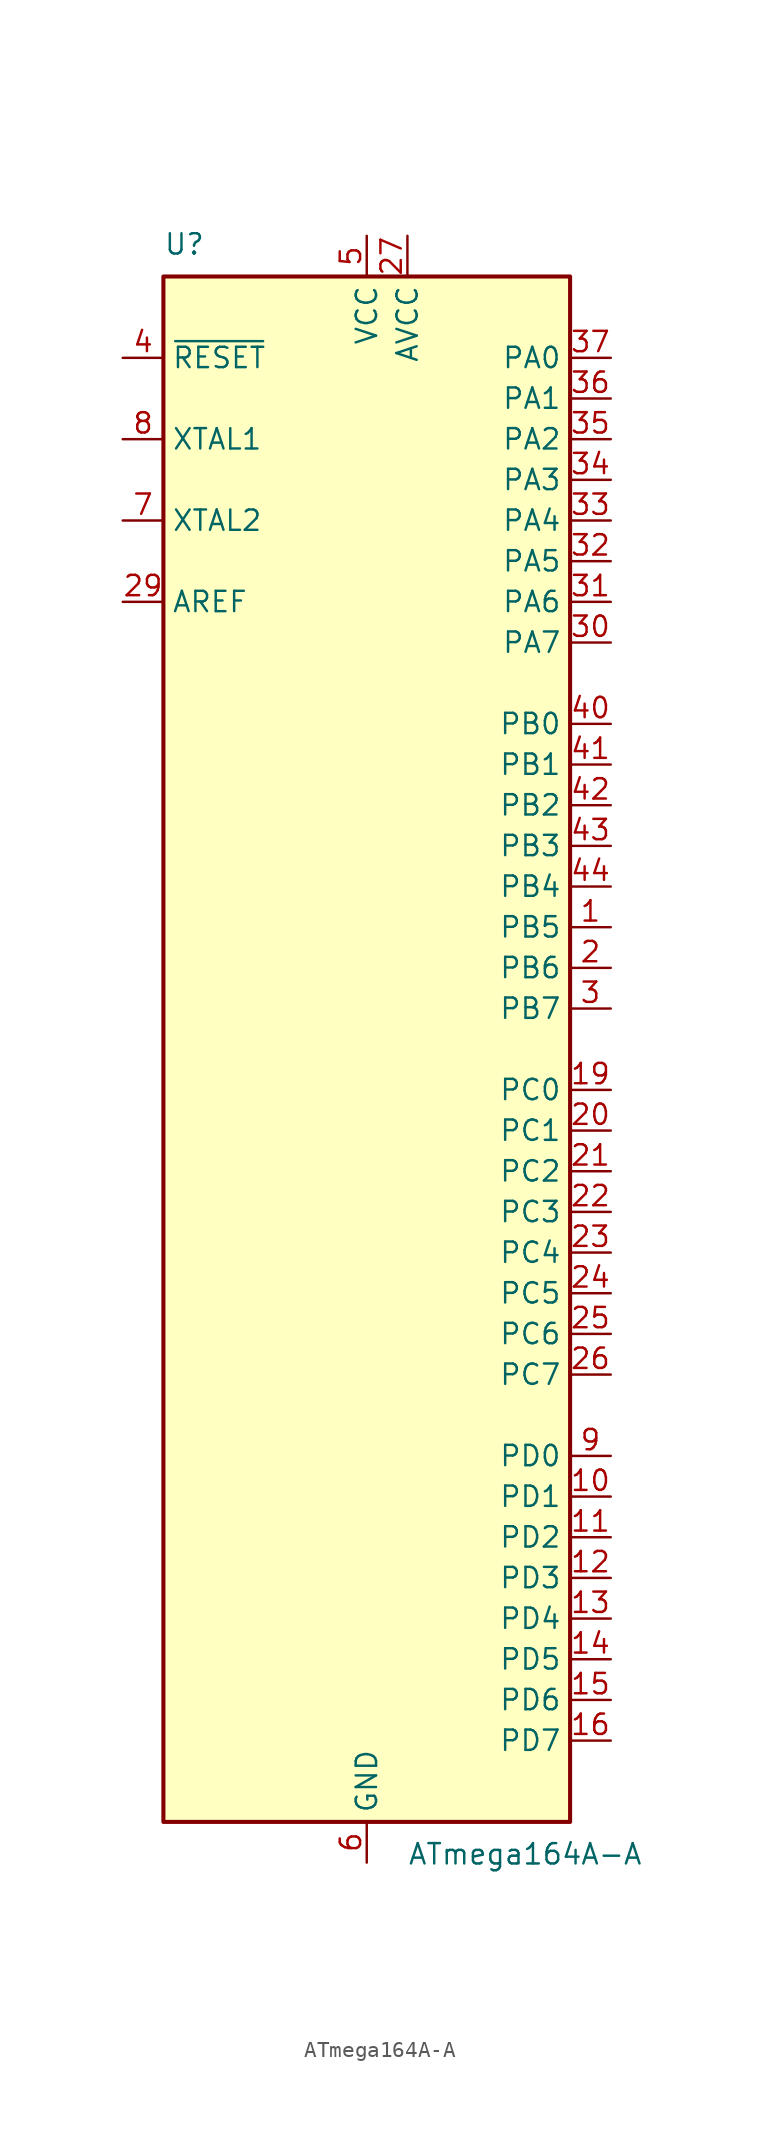
<source format=kicad_sym>
(kicad_symbol_lib
  (version 20231120)
  (generator "kicad_symbol_editor")
  (generator_version "8.0")
  (symbol "ATmega164A-A"
    (property "Reference" "U"
      (at -12.7 49.53 0)
      (effects (font (size 1.27 1.27)) (justify left bottom)))
    (property "Value" "ATmega164A-A"
      (at 2.54 -49.53 0)
      (effects (font (size 1.27 1.27)) (justify left top)))
    (symbol "ATmega164A-A_0_1"
      (rectangle (start -12.7 -48.26) (end 12.7 48.26) (stroke (width 0.254) (type default)) (fill (type background))))
    (symbol "ATmega164A-A_1_1"
      (pin bidirectional line (at 15.24 7.62 180) (length 2.54) (name "PB5" (effects (font (size 1.27 1.27)))) (number "1" (effects (font (size 1.27 1.27)))))
      (pin bidirectional line (at 15.24 -27.94 180) (length 2.54) (name "PD1" (effects (font (size 1.27 1.27)))) (number "10" (effects (font (size 1.27 1.27)))))
      (pin bidirectional line (at 15.24 -30.48 180) (length 2.54) (name "PD2" (effects (font (size 1.27 1.27)))) (number "11" (effects (font (size 1.27 1.27)))))
      (pin bidirectional line (at 15.24 -33.02 180) (length 2.54) (name "PD3" (effects (font (size 1.27 1.27)))) (number "12" (effects (font (size 1.27 1.27)))))
      (pin bidirectional line (at 15.24 -35.56 180) (length 2.54) (name "PD4" (effects (font (size 1.27 1.27)))) (number "13" (effects (font (size 1.27 1.27)))))
      (pin bidirectional line (at 15.24 -38.1 180) (length 2.54) (name "PD5" (effects (font (size 1.27 1.27)))) (number "14" (effects (font (size 1.27 1.27)))))
      (pin bidirectional line (at 15.24 -40.64 180) (length 2.54) (name "PD6" (effects (font (size 1.27 1.27)))) (number "15" (effects (font (size 1.27 1.27)))))
      (pin bidirectional line (at 15.24 -43.18 180) (length 2.54) (name "PD7" (effects (font (size 1.27 1.27)))) (number "16" (effects (font (size 1.27 1.27)))))
      (pin passive line (at 0 50.8 270) (length 2.54) hide (name "VCC" (effects (font (size 1.27 1.27)))) (number "17" (effects (font (size 1.27 1.27)))))
      (pin passive line (at 0 -50.8 90) (length 2.54) hide (name "GND" (effects (font (size 1.27 1.27)))) (number "18" (effects (font (size 1.27 1.27)))))
      (pin bidirectional line (at 15.24 -2.54 180) (length 2.54) (name "PC0" (effects (font (size 1.27 1.27)))) (number "19" (effects (font (size 1.27 1.27)))))
      (pin bidirectional line (at 15.24 5.08 180) (length 2.54) (name "PB6" (effects (font (size 1.27 1.27)))) (number "2" (effects (font (size 1.27 1.27)))))
      (pin bidirectional line (at 15.24 -5.08 180) (length 2.54) (name "PC1" (effects (font (size 1.27 1.27)))) (number "20" (effects (font (size 1.27 1.27)))))
      (pin bidirectional line (at 15.24 -7.62 180) (length 2.54) (name "PC2" (effects (font (size 1.27 1.27)))) (number "21" (effects (font (size 1.27 1.27)))))
      (pin bidirectional line (at 15.24 -10.16 180) (length 2.54) (name "PC3" (effects (font (size 1.27 1.27)))) (number "22" (effects (font (size 1.27 1.27)))))
      (pin bidirectional line (at 15.24 -12.7 180) (length 2.54) (name "PC4" (effects (font (size 1.27 1.27)))) (number "23" (effects (font (size 1.27 1.27)))))
      (pin bidirectional line (at 15.24 -15.24 180) (length 2.54) (name "PC5" (effects (font (size 1.27 1.27)))) (number "24" (effects (font (size 1.27 1.27)))))
      (pin bidirectional line (at 15.24 -17.78 180) (length 2.54) (name "PC6" (effects (font (size 1.27 1.27)))) (number "25" (effects (font (size 1.27 1.27)))))
      (pin bidirectional line (at 15.24 -20.32 180) (length 2.54) (name "PC7" (effects (font (size 1.27 1.27)))) (number "26" (effects (font (size 1.27 1.27)))))
      (pin power_in line (at 2.54 50.8 270) (length 2.54) (name "AVCC" (effects (font (size 1.27 1.27)))) (number "27" (effects (font (size 1.27 1.27)))))
      (pin passive line (at 0 -50.8 90) (length 2.54) hide (name "GND" (effects (font (size 1.27 1.27)))) (number "28" (effects (font (size 1.27 1.27)))))
      (pin passive line (at -15.24 27.94 0) (length 2.54) (name "AREF" (effects (font (size 1.27 1.27)))) (number "29" (effects (font (size 1.27 1.27)))))
      (pin bidirectional line (at 15.24 2.54 180) (length 2.54) (name "PB7" (effects (font (size 1.27 1.27)))) (number "3" (effects (font (size 1.27 1.27)))))
      (pin bidirectional line (at 15.24 25.4 180) (length 2.54) (name "PA7" (effects (font (size 1.27 1.27)))) (number "30" (effects (font (size 1.27 1.27)))))
      (pin bidirectional line (at 15.24 27.94 180) (length 2.54) (name "PA6" (effects (font (size 1.27 1.27)))) (number "31" (effects (font (size 1.27 1.27)))))
      (pin bidirectional line (at 15.24 30.48 180) (length 2.54) (name "PA5" (effects (font (size 1.27 1.27)))) (number "32" (effects (font (size 1.27 1.27)))))
      (pin bidirectional line (at 15.24 33.02 180) (length 2.54) (name "PA4" (effects (font (size 1.27 1.27)))) (number "33" (effects (font (size 1.27 1.27)))))
      (pin bidirectional line (at 15.24 35.56 180) (length 2.54) (name "PA3" (effects (font (size 1.27 1.27)))) (number "34" (effects (font (size 1.27 1.27)))))
      (pin bidirectional line (at 15.24 38.1 180) (length 2.54) (name "PA2" (effects (font (size 1.27 1.27)))) (number "35" (effects (font (size 1.27 1.27)))))
      (pin bidirectional line (at 15.24 40.64 180) (length 2.54) (name "PA1" (effects (font (size 1.27 1.27)))) (number "36" (effects (font (size 1.27 1.27)))))
      (pin bidirectional line (at 15.24 43.18 180) (length 2.54) (name "PA0" (effects (font (size 1.27 1.27)))) (number "37" (effects (font (size 1.27 1.27)))))
      (pin passive line (at 0 50.8 270) (length 2.54) hide (name "VCC" (effects (font (size 1.27 1.27)))) (number "38" (effects (font (size 1.27 1.27)))))
      (pin passive line (at 0 -50.8 90) (length 2.54) hide (name "GND" (effects (font (size 1.27 1.27)))) (number "39" (effects (font (size 1.27 1.27)))))
      (pin input line (at -15.24 43.18 0) (length 2.54) (name "~{RESET}" (effects (font (size 1.27 1.27)))) (number "4" (effects (font (size 1.27 1.27)))))
      (pin bidirectional line (at 15.24 20.32 180) (length 2.54) (name "PB0" (effects (font (size 1.27 1.27)))) (number "40" (effects (font (size 1.27 1.27)))))
      (pin bidirectional line (at 15.24 17.78 180) (length 2.54) (name "PB1" (effects (font (size 1.27 1.27)))) (number "41" (effects (font (size 1.27 1.27)))))
      (pin bidirectional line (at 15.24 15.24 180) (length 2.54) (name "PB2" (effects (font (size 1.27 1.27)))) (number "42" (effects (font (size 1.27 1.27)))))
      (pin bidirectional line (at 15.24 12.7 180) (length 2.54) (name "PB3" (effects (font (size 1.27 1.27)))) (number "43" (effects (font (size 1.27 1.27)))))
      (pin bidirectional line (at 15.24 10.16 180) (length 2.54) (name "PB4" (effects (font (size 1.27 1.27)))) (number "44" (effects (font (size 1.27 1.27)))))
      (pin power_in line (at 0 50.8 270) (length 2.54) (name "VCC" (effects (font (size 1.27 1.27)))) (number "5" (effects (font (size 1.27 1.27)))))
      (pin power_in line (at 0 -50.8 90) (length 2.54) (name "GND" (effects (font (size 1.27 1.27)))) (number "6" (effects (font (size 1.27 1.27)))))
      (pin output line (at -15.24 33.02 0) (length 2.54) (name "XTAL2" (effects (font (size 1.27 1.27)))) (number "7" (effects (font (size 1.27 1.27)))))
      (pin input line (at -15.24 38.1 0) (length 2.54) (name "XTAL1" (effects (font (size 1.27 1.27)))) (number "8" (effects (font (size 1.27 1.27)))))
      (pin bidirectional line (at 15.24 -25.4 180) (length 2.54) (name "PD0" (effects (font (size 1.27 1.27)))) (number "9" (effects (font (size 1.27 1.27))))))))
</source>
